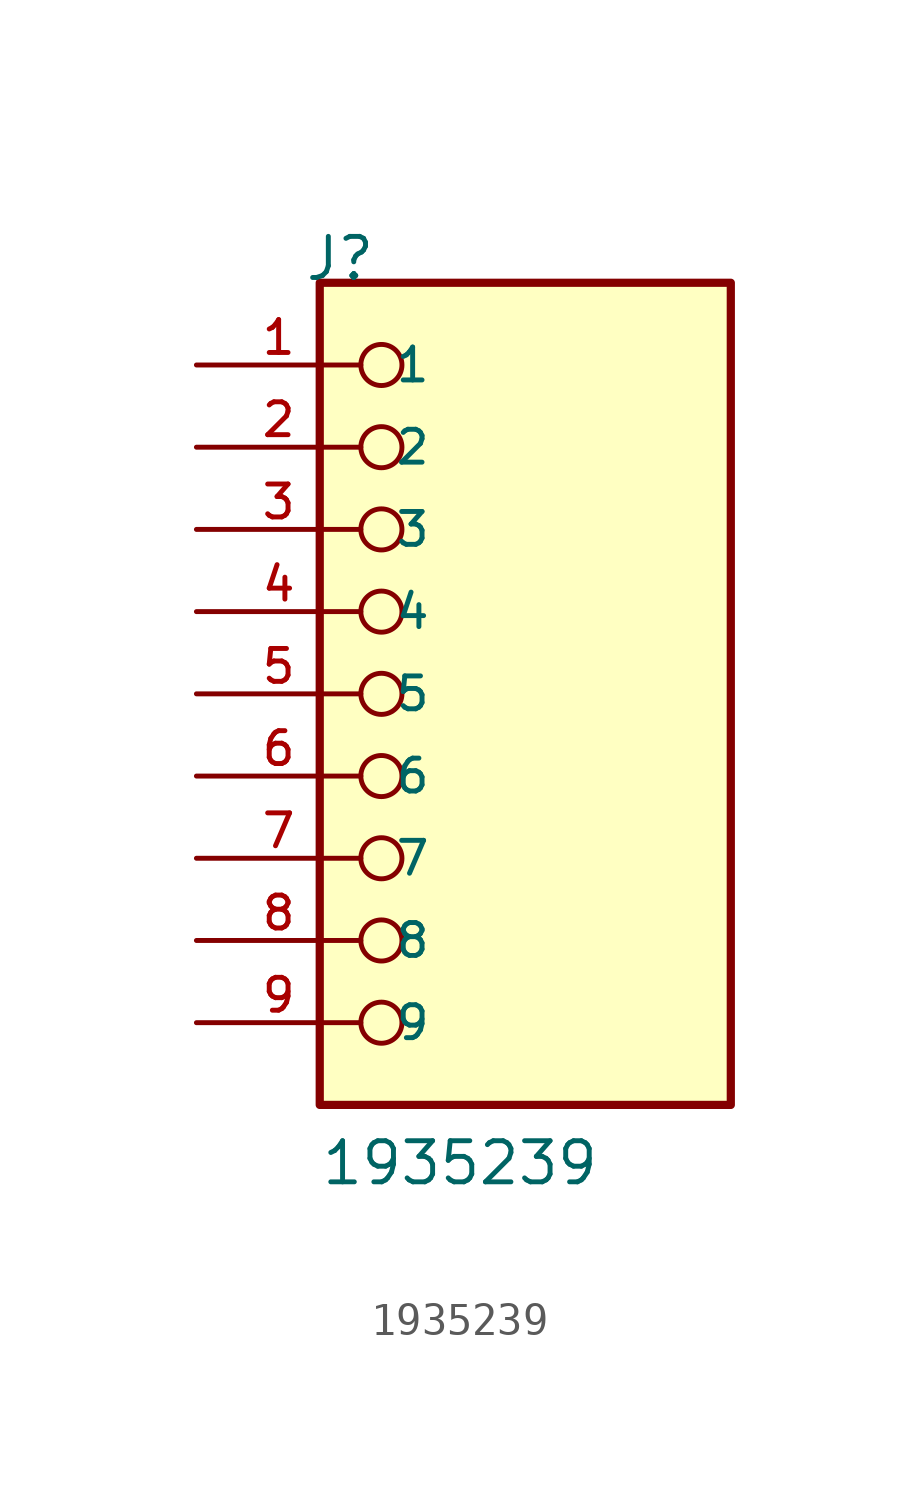
<source format=kicad_sym>
(kicad_symbol_lib
  (version 20211014)
  (generator kicad_symbol_editor)
  (symbol "1935239"
    (pin_names
      (offset 1.016))
    (property "Reference" "J"
      (at -6.85 12.7 0)
      (effects (font (size 1.27 1.27)) (justify bottom left)))
    (property "Value" "1935239"
      (at -6.35 -15.24 0)
      (effects (font (size 1.27 1.27)) (justify bottom left)))
    (symbol "1935239_0_0"
      (circle (center -4.445 10.16) (radius 0.635) (stroke (width 0.152)) (fill (type none)))
      (circle (center -4.445 7.62) (radius 0.635) (stroke (width 0.152)) (fill (type none)))
      (circle (center -4.445 5.08) (radius 0.635) (stroke (width 0.152)) (fill (type none)))
      (circle (center -4.445 2.54) (radius 0.635) (stroke (width 0.152)) (fill (type none)))
      (circle (center -4.445 0.0) (radius 0.635) (stroke (width 0.152)) (fill (type none)))
      (circle (center -4.445 -2.54) (radius 0.635) (stroke (width 0.152)) (fill (type none)))
      (circle (center -4.445 -5.08) (radius 0.635) (stroke (width 0.152)) (fill (type none)))
      (circle (center -4.445 -7.62) (radius 0.635) (stroke (width 0.152)) (fill (type none)))
      (circle (center -4.445 -10.16) (radius 0.635) (stroke (width 0.152)) (fill (type none)))
      (rectangle (start -6.35 -12.7) (end 6.35 12.7) (stroke (width 0.254)) (fill (type background)))
      (pin passive line (at -10.16 10.16 0) (length 5.08) (name "1" (effects (font (size 1.016 1.016)))) (number "1" (effects (font (size 1.016 1.016)))))
      (pin passive line (at -10.16 7.62 0) (length 5.08) (name "2" (effects (font (size 1.016 1.016)))) (number "2" (effects (font (size 1.016 1.016)))))
      (pin passive line (at -10.16 5.08 0) (length 5.08) (name "3" (effects (font (size 1.016 1.016)))) (number "3" (effects (font (size 1.016 1.016)))))
      (pin passive line (at -10.16 2.54 0) (length 5.08) (name "4" (effects (font (size 1.016 1.016)))) (number "4" (effects (font (size 1.016 1.016)))))
      (pin passive line (at -10.16 0.0 0) (length 5.08) (name "5" (effects (font (size 1.016 1.016)))) (number "5" (effects (font (size 1.016 1.016)))))
      (pin passive line (at -10.16 -2.54 0) (length 5.08) (name "6" (effects (font (size 1.016 1.016)))) (number "6" (effects (font (size 1.016 1.016)))))
      (pin passive line (at -10.16 -5.08 0) (length 5.08) (name "7" (effects (font (size 1.016 1.016)))) (number "7" (effects (font (size 1.016 1.016)))))
      (pin passive line (at -10.16 -7.62 0) (length 5.08) (name "8" (effects (font (size 1.016 1.016)))) (number "8" (effects (font (size 1.016 1.016)))))
      (pin passive line (at -10.16 -10.16 0) (length 5.08) (name "9" (effects (font (size 1.016 1.016)))) (number "9" (effects (font (size 1.016 1.016))))))))
</source>
